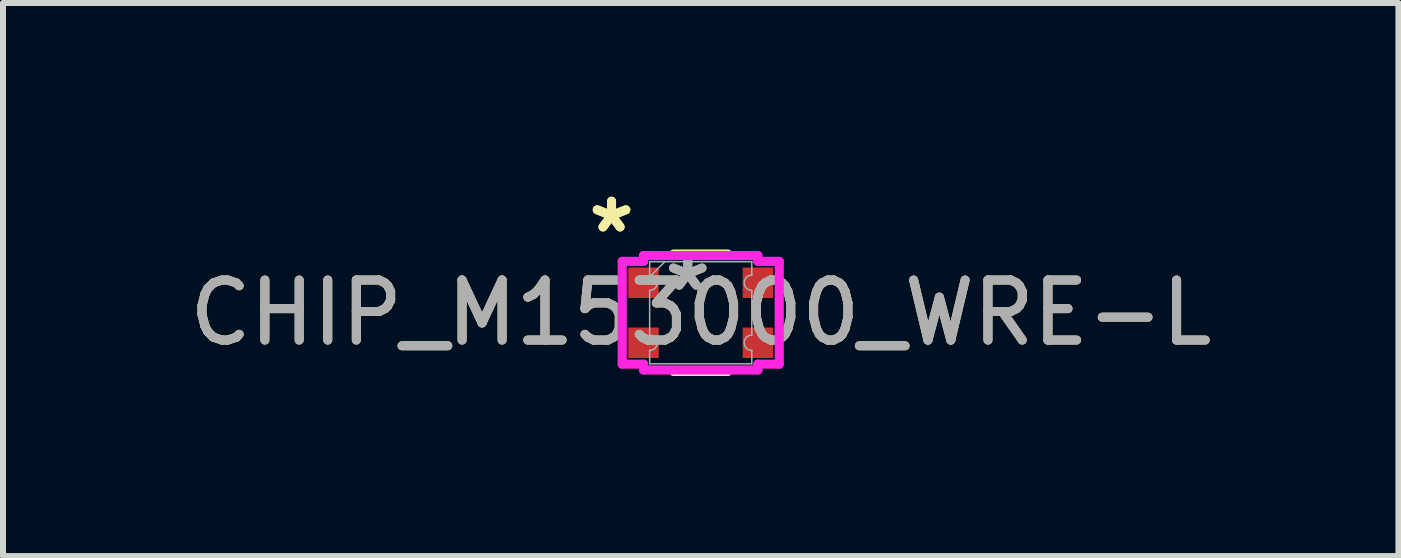
<source format=kicad_pcb>
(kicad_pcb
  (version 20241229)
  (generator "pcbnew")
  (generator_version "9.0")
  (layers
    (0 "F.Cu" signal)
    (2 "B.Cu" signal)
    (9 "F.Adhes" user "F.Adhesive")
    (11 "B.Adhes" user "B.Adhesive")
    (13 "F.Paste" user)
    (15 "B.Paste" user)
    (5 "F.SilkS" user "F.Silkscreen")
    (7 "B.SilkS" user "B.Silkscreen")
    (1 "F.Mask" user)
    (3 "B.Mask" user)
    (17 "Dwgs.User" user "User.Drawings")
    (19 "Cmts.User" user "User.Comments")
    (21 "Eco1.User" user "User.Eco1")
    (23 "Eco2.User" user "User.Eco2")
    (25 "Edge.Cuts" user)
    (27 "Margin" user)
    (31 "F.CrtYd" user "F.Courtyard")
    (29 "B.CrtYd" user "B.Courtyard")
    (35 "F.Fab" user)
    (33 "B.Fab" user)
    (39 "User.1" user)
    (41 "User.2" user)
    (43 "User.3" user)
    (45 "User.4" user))
  (footprint "CHIP_M153000_WRE-L"
    (layer "F.Cu")
    (at 8.625 2.161)
    (property "Reference" "CHIP_M153000_WRE-L" (at 0 0 0) (unlocked yes) (layer "F.SilkS") (effects (font (size 1 1) (thickness 0.15))))
    (attr smd)
    (fp_line (start -0.452 -0.978) (end 0.452 -0.978) (stroke (width 0.152) (type solid)) (layer "F.SilkS"))
    (fp_line (start -0.452 0.978) (end 0.452 0.978) (stroke (width 0.152) (type solid)) (layer "F.SilkS"))
    (fp_line (start -1.308 -0.856) (end -0.953 -0.856) (stroke (width 0.152) (type solid)) (layer "F.CrtYd"))
    (fp_line (start -1.308 0.856) (end -1.308 -0.856) (stroke (width 0.152) (type solid)) (layer "F.CrtYd"))
    (fp_line (start -1.308 0.856) (end -0.953 0.856) (stroke (width 0.152) (type solid)) (layer "F.CrtYd"))
    (fp_line (start -0.953 -0.953) (end 0.953 -0.953) (stroke (width 0.152) (type solid)) (layer "F.CrtYd"))
    (fp_line (start -0.953 -0.856) (end -0.953 -0.953) (stroke (width 0.152) (type solid)) (layer "F.CrtYd"))
    (fp_line (start -0.953 0.953) (end -0.953 0.856) (stroke (width 0.152) (type solid)) (layer "F.CrtYd"))
    (fp_line (start 0.953 -0.953) (end 0.953 -0.856) (stroke (width 0.152) (type solid)) (layer "F.CrtYd"))
    (fp_line (start 0.953 0.856) (end 0.953 0.953) (stroke (width 0.152) (type solid)) (layer "F.CrtYd"))
    (fp_line (start 0.953 0.953) (end -0.953 0.953) (stroke (width 0.152) (type solid)) (layer "F.CrtYd"))
    (fp_line (start 1.308 -0.856) (end 0.953 -0.856) (stroke (width 0.152) (type solid)) (layer "F.CrtYd"))
    (fp_line (start 1.308 -0.856) (end 1.308 0.856) (stroke (width 0.152) (type solid)) (layer "F.CrtYd"))
    (fp_line (start 1.308 0.856) (end 0.953 0.856) (stroke (width 0.152) (type solid)) (layer "F.CrtYd"))
    (fp_line (start -0.851 -0.851) (end 0.851 -0.851) (stroke (width 0.025) (type solid)) (layer "F.Fab"))
    (fp_line (start -0.851 -0.627) (end -0.851 -0.851) (stroke (width 0.025) (type solid)) (layer "F.Fab"))
    (fp_line (start -0.851 -0.373) (end -0.851 0.373) (stroke (width 0.025) (type solid)) (layer "F.Fab"))
    (fp_line (start -0.851 0.627) (end -0.851 0.851) (stroke (width 0.025) (type solid)) (layer "F.Fab"))
    (fp_line (start -0.851 0.851) (end 0.851 0.851) (stroke (width 0.025) (type solid)) (layer "F.Fab"))
    (fp_line (start -0.597 -0.851) (end -0.851 -0.597) (stroke (width 0.025) (type solid)) (layer "F.Fab"))
    (fp_line (start 0.851 -0.627) (end 0.851 -0.851) (stroke (width 0.025) (type solid)) (layer "F.Fab"))
    (fp_line (start 0.851 -0.373) (end 0.851 0.373) (stroke (width 0.025) (type solid)) (layer "F.Fab"))
    (fp_line (start 0.851 0.627) (end 0.851 0.851) (stroke (width 0.025) (type solid)) (layer "F.Fab"))
    (fp_arc (start -0.8509 -0.626999) (mid -0.7239 -0.499999) (end -0.8509 -0.372999) (stroke (width 0.0254) (type solid)) (layer "F.Fab"))
    (fp_arc (start -0.8509 0.372999) (mid -0.7239 0.499999) (end -0.8509 0.626999) (stroke (width 0.0254) (type solid)) (layer "F.Fab"))
    (fp_arc (start 0.8509 -0.372999) (mid 0.7239 -0.499999) (end 0.8509 -0.626999) (stroke (width 0.0254) (type solid)) (layer "F.Fab"))
    (fp_arc (start 0.8509 0.626999) (mid 0.7239 0.499999) (end 0.8509 0.372999) (stroke (width 0.0254) (type solid)) (layer "F.Fab"))
    (fp_text user "*" (at -1.486 -1.313 0) (unlocked yes) (layer "F.SilkS") (effects (font (size 1 1) (thickness 0.15))))
    (fp_text user "*" (at -1.486 -1.313 0) (layer "F.SilkS") (effects (font (size 1 1) (thickness 0.15))))
    (fp_text user "*" (at -0.216 -0.343 0) (layer "F.Fab") (effects (font (size 1 1) (thickness 0.15))))
    (fp_text user "${REFERENCE}" (at 0 0 0) (unlocked yes) (layer "F.Fab") (effects (font (size 1 1) (thickness 0.15))))
    (fp_text user "*" (at -0.216 -0.343 0) (unlocked yes) (layer "F.Fab") (effects (font (size 1 1) (thickness 0.15))))
    (pad "1" smd rect (at -0.953 0.5) (size 0.508 0.508) (layers "F.Cu" "F.Mask" "F.Paste"))
    (pad "2" smd rect (at -0.953 -0.5) (size 0.508 0.508) (layers "F.Cu" "F.Mask" "F.Paste"))
    (pad "3" smd rect (at 0.953 -0.5) (size 0.508 0.508) (layers "F.Cu" "F.Mask" "F.Paste"))
    (pad "4" smd rect (at 0.953 0.5) (size 0.508 0.508) (layers "F.Cu" "F.Mask" "F.Paste")))
  (gr_rect
    (start -3 -3)
    (end 20.25 6.215)
    (stroke (width 0.1) (type default))
    (fill no)
    (layer "Edge.Cuts")))
</source>
